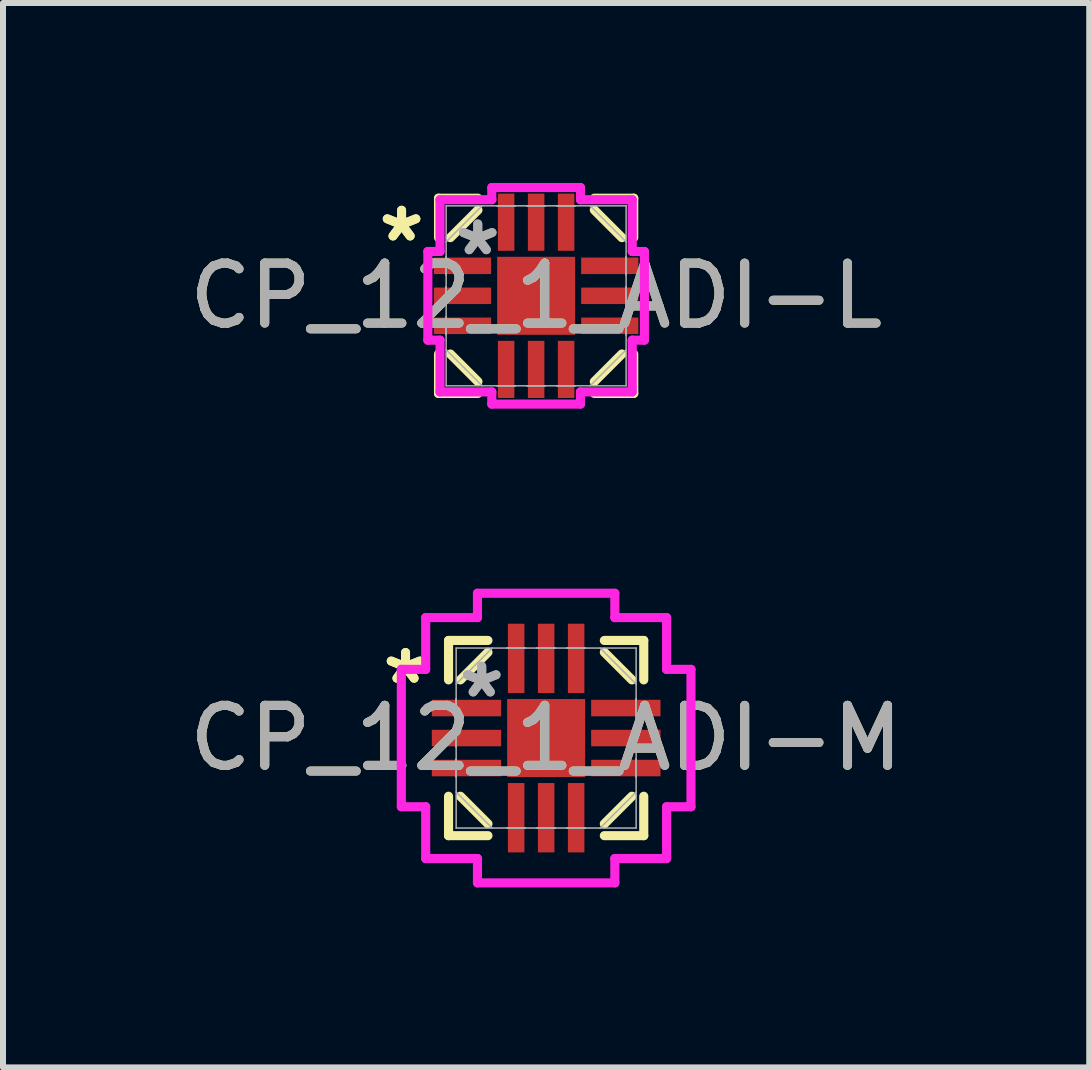
<source format=kicad_pcb>
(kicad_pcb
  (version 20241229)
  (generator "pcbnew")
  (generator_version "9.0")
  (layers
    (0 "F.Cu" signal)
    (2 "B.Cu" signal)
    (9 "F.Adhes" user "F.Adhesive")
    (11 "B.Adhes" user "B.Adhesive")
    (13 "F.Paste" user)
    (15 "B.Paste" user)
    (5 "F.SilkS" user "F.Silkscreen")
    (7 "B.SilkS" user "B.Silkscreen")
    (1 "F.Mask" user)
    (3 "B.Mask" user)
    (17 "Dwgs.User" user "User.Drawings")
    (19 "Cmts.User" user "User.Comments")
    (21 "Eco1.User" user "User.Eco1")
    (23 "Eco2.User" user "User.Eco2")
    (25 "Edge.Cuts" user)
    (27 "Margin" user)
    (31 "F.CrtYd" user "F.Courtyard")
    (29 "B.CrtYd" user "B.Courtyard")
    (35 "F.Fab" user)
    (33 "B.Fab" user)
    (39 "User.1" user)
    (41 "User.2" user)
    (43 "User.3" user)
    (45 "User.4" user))
  (footprint "CP_12_1_ADI-L"
    (layer "F.Cu")
    (at 5.887 1.881)
    (property "Reference" "CP_12_1_ADI-L" (at 0 0 0) (unlocked yes) (layer "F.SilkS") (effects (font (size 1 1) (thickness 0.15))))
    (attr smd)
    (fp_line (start -1.627 -1.627) (end -1.627 -0.97) (stroke (width 0.152) (type solid)) (layer "F.SilkS"))
    (fp_line (start -1.627 0.97) (end -1.627 1.627) (stroke (width 0.152) (type solid)) (layer "F.SilkS"))
    (fp_line (start -1.627 1.627) (end -0.97 1.627) (stroke (width 0.152) (type solid)) (layer "F.SilkS"))
    (fp_line (start -1.43 -0.97) (end -0.97 -1.43) (stroke (width 0.152) (type solid)) (layer "F.SilkS"))
    (fp_line (start -0.97 -1.627) (end -1.627 -1.627) (stroke (width 0.152) (type solid)) (layer "F.SilkS"))
    (fp_line (start -0.97 1.43) (end -1.43 0.97) (stroke (width 0.152) (type solid)) (layer "F.SilkS"))
    (fp_line (start 0.97 -1.43) (end 1.43 -0.97) (stroke (width 0.152) (type solid)) (layer "F.SilkS"))
    (fp_line (start 0.97 1.43) (end 1.43 0.97) (stroke (width 0.152) (type solid)) (layer "F.SilkS"))
    (fp_line (start 0.97 1.627) (end 1.627 1.627) (stroke (width 0.152) (type solid)) (layer "F.SilkS"))
    (fp_line (start 1.627 -1.627) (end 0.97 -1.627) (stroke (width 0.152) (type solid)) (layer "F.SilkS"))
    (fp_line (start 1.627 -0.97) (end 1.627 -1.627) (stroke (width 0.152) (type solid)) (layer "F.SilkS"))
    (fp_line (start 1.627 1.627) (end 1.627 0.97) (stroke (width 0.152) (type solid)) (layer "F.SilkS"))
    (fp_line (start -1.805 -0.739) (end -1.602 -0.739) (stroke (width 0.152) (type solid)) (layer "F.CrtYd"))
    (fp_line (start -1.805 0.739) (end -1.805 -0.739) (stroke (width 0.152) (type solid)) (layer "F.CrtYd"))
    (fp_line (start -1.602 -1.602) (end -0.739 -1.602) (stroke (width 0.152) (type solid)) (layer "F.CrtYd"))
    (fp_line (start -1.602 -0.739) (end -1.602 -1.602) (stroke (width 0.152) (type solid)) (layer "F.CrtYd"))
    (fp_line (start -1.602 0.739) (end -1.805 0.739) (stroke (width 0.152) (type solid)) (layer "F.CrtYd"))
    (fp_line (start -1.602 1.602) (end -1.602 0.739) (stroke (width 0.152) (type solid)) (layer "F.CrtYd"))
    (fp_line (start -0.739 -1.805) (end 0.739 -1.805) (stroke (width 0.152) (type solid)) (layer "F.CrtYd"))
    (fp_line (start -0.739 -1.602) (end -0.739 -1.805) (stroke (width 0.152) (type solid)) (layer "F.CrtYd"))
    (fp_line (start -0.739 1.602) (end -1.602 1.602) (stroke (width 0.152) (type solid)) (layer "F.CrtYd"))
    (fp_line (start -0.739 1.805) (end -0.739 1.602) (stroke (width 0.152) (type solid)) (layer "F.CrtYd"))
    (fp_line (start 0.739 -1.805) (end 0.739 -1.602) (stroke (width 0.152) (type solid)) (layer "F.CrtYd"))
    (fp_line (start 0.739 -1.602) (end 1.602 -1.602) (stroke (width 0.152) (type solid)) (layer "F.CrtYd"))
    (fp_line (start 0.739 1.602) (end 0.739 1.805) (stroke (width 0.152) (type solid)) (layer "F.CrtYd"))
    (fp_line (start 0.739 1.805) (end -0.739 1.805) (stroke (width 0.152) (type solid)) (layer "F.CrtYd"))
    (fp_line (start 1.602 -1.602) (end 1.602 -0.739) (stroke (width 0.152) (type solid)) (layer "F.CrtYd"))
    (fp_line (start 1.602 -0.739) (end 1.805 -0.739) (stroke (width 0.152) (type solid)) (layer "F.CrtYd"))
    (fp_line (start 1.602 0.739) (end 1.602 1.602) (stroke (width 0.152) (type solid)) (layer "F.CrtYd"))
    (fp_line (start 1.602 1.602) (end 0.739 1.602) (stroke (width 0.152) (type solid)) (layer "F.CrtYd"))
    (fp_line (start 1.805 -0.739) (end 1.805 0.739) (stroke (width 0.152) (type solid)) (layer "F.CrtYd"))
    (fp_line (start 1.805 0.739) (end 1.602 0.739) (stroke (width 0.152) (type solid)) (layer "F.CrtYd"))
    (fp_line (start -1.5 -1.5) (end -1.5 1.5) (stroke (width 0.025) (type solid)) (layer "F.Fab"))
    (fp_line (start -1.5 -0.9) (end -0.9 -1.5) (stroke (width 0.025) (type solid)) (layer "F.Fab"))
    (fp_line (start -1.5 -0.65) (end -1.5 -0.65) (stroke (width 0.025) (type solid)) (layer "F.Fab"))
    (fp_line (start -1.5 -0.65) (end -1.5 -0.35) (stroke (width 0.025) (type solid)) (layer "F.Fab"))
    (fp_line (start -1.5 -0.35) (end -1.5 -0.65) (stroke (width 0.025) (type solid)) (layer "F.Fab"))
    (fp_line (start -1.5 -0.35) (end -1.5 -0.35) (stroke (width 0.025) (type solid)) (layer "F.Fab"))
    (fp_line (start -1.5 -0.15) (end -1.5 -0.15) (stroke (width 0.025) (type solid)) (layer "F.Fab"))
    (fp_line (start -1.5 -0.15) (end -1.5 0.15) (stroke (width 0.025) (type solid)) (layer "F.Fab"))
    (fp_line (start -1.5 0.15) (end -1.5 -0.15) (stroke (width 0.025) (type solid)) (layer "F.Fab"))
    (fp_line (start -1.5 0.15) (end -1.5 0.15) (stroke (width 0.025) (type solid)) (layer "F.Fab"))
    (fp_line (start -1.5 0.35) (end -1.5 0.35) (stroke (width 0.025) (type solid)) (layer "F.Fab"))
    (fp_line (start -1.5 0.35) (end -1.5 0.65) (stroke (width 0.025) (type solid)) (layer "F.Fab"))
    (fp_line (start -1.5 0.65) (end -1.5 0.35) (stroke (width 0.025) (type solid)) (layer "F.Fab"))
    (fp_line (start -1.5 0.65) (end -1.5 0.65) (stroke (width 0.025) (type solid)) (layer "F.Fab"))
    (fp_line (start -1.5 1.5) (end 1.5 1.5) (stroke (width 0.025) (type solid)) (layer "F.Fab"))
    (fp_line (start -0.9 1.5) (end -1.5 0.9) (stroke (width 0.025) (type solid)) (layer "F.Fab"))
    (fp_line (start -0.65 -1.5) (end -0.65 -1.5) (stroke (width 0.025) (type solid)) (layer "F.Fab"))
    (fp_line (start -0.65 -1.5) (end -0.35 -1.5) (stroke (width 0.025) (type solid)) (layer "F.Fab"))
    (fp_line (start -0.65 1.5) (end -0.65 1.5) (stroke (width 0.025) (type solid)) (layer "F.Fab"))
    (fp_line (start -0.65 1.5) (end -0.35 1.5) (stroke (width 0.025) (type solid)) (layer "F.Fab"))
    (fp_line (start -0.35 -1.5) (end -0.65 -1.5) (stroke (width 0.025) (type solid)) (layer "F.Fab"))
    (fp_line (start -0.35 -1.5) (end -0.35 -1.5) (stroke (width 0.025) (type solid)) (layer "F.Fab"))
    (fp_line (start -0.35 1.5) (end -0.65 1.5) (stroke (width 0.025) (type solid)) (layer "F.Fab"))
    (fp_line (start -0.35 1.5) (end -0.35 1.5) (stroke (width 0.025) (type solid)) (layer "F.Fab"))
    (fp_line (start -0.15 -1.5) (end -0.15 -1.5) (stroke (width 0.025) (type solid)) (layer "F.Fab"))
    (fp_line (start -0.15 -1.5) (end 0.15 -1.5) (stroke (width 0.025) (type solid)) (layer "F.Fab"))
    (fp_line (start -0.15 1.5) (end -0.15 1.5) (stroke (width 0.025) (type solid)) (layer "F.Fab"))
    (fp_line (start -0.15 1.5) (end 0.15 1.5) (stroke (width 0.025) (type solid)) (layer "F.Fab"))
    (fp_line (start 0.15 -1.5) (end -0.15 -1.5) (stroke (width 0.025) (type solid)) (layer "F.Fab"))
    (fp_line (start 0.15 -1.5) (end 0.15 -1.5) (stroke (width 0.025) (type solid)) (layer "F.Fab"))
    (fp_line (start 0.15 1.5) (end -0.15 1.5) (stroke (width 0.025) (type solid)) (layer "F.Fab"))
    (fp_line (start 0.15 1.5) (end 0.15 1.5) (stroke (width 0.025) (type solid)) (layer "F.Fab"))
    (fp_line (start 0.35 -1.5) (end 0.35 -1.5) (stroke (width 0.025) (type solid)) (layer "F.Fab"))
    (fp_line (start 0.35 -1.5) (end 0.65 -1.5) (stroke (width 0.025) (type solid)) (layer "F.Fab"))
    (fp_line (start 0.35 1.5) (end 0.35 1.5) (stroke (width 0.025) (type solid)) (layer "F.Fab"))
    (fp_line (start 0.35 1.5) (end 0.65 1.5) (stroke (width 0.025) (type solid)) (layer "F.Fab"))
    (fp_line (start 0.65 -1.5) (end 0.35 -1.5) (stroke (width 0.025) (type solid)) (layer "F.Fab"))
    (fp_line (start 0.65 -1.5) (end 0.65 -1.5) (stroke (width 0.025) (type solid)) (layer "F.Fab"))
    (fp_line (start 0.65 1.5) (end 0.35 1.5) (stroke (width 0.025) (type solid)) (layer "F.Fab"))
    (fp_line (start 0.65 1.5) (end 0.65 1.5) (stroke (width 0.025) (type solid)) (layer "F.Fab"))
    (fp_line (start 0.9 -1.5) (end 1.5 -0.9) (stroke (width 0.025) (type solid)) (layer "F.Fab"))
    (fp_line (start 0.9 1.5) (end 1.5 0.9) (stroke (width 0.025) (type solid)) (layer "F.Fab"))
    (fp_line (start 1.5 -1.5) (end -1.5 -1.5) (stroke (width 0.025) (type solid)) (layer "F.Fab"))
    (fp_line (start 1.5 -0.65) (end 1.5 -0.65) (stroke (width 0.025) (type solid)) (layer "F.Fab"))
    (fp_line (start 1.5 -0.65) (end 1.5 -0.35) (stroke (width 0.025) (type solid)) (layer "F.Fab"))
    (fp_line (start 1.5 -0.35) (end 1.5 -0.65) (stroke (width 0.025) (type solid)) (layer "F.Fab"))
    (fp_line (start 1.5 -0.35) (end 1.5 -0.35) (stroke (width 0.025) (type solid)) (layer "F.Fab"))
    (fp_line (start 1.5 -0.15) (end 1.5 -0.15) (stroke (width 0.025) (type solid)) (layer "F.Fab"))
    (fp_line (start 1.5 -0.15) (end 1.5 0.15) (stroke (width 0.025) (type solid)) (layer "F.Fab"))
    (fp_line (start 1.5 0.15) (end 1.5 -0.15) (stroke (width 0.025) (type solid)) (layer "F.Fab"))
    (fp_line (start 1.5 0.15) (end 1.5 0.15) (stroke (width 0.025) (type solid)) (layer "F.Fab"))
    (fp_line (start 1.5 0.35) (end 1.5 0.35) (stroke (width 0.025) (type solid)) (layer "F.Fab"))
    (fp_line (start 1.5 0.35) (end 1.5 0.65) (stroke (width 0.025) (type solid)) (layer "F.Fab"))
    (fp_line (start 1.5 0.65) (end 1.5 0.35) (stroke (width 0.025) (type solid)) (layer "F.Fab"))
    (fp_line (start 1.5 0.65) (end 1.5 0.65) (stroke (width 0.025) (type solid)) (layer "F.Fab"))
    (fp_line (start 1.5 1.5) (end 1.5 -1.5) (stroke (width 0.025) (type solid)) (layer "F.Fab"))
    (fp_text user "*" (at -2.243 -0.881 0) (unlocked yes) (layer "F.SilkS") (effects (font (size 1 1) (thickness 0.15))))
    (fp_text user "*" (at -2.243 -0.881 0) (layer "F.SilkS") (effects (font (size 1 1) (thickness 0.15))))
    (fp_text user "*" (at -0.973 -0.652 0) (layer "F.Fab") (effects (font (size 1 1) (thickness 0.15))))
    (fp_text user "*" (at -0.973 -0.652 0) (unlocked yes) (layer "F.Fab") (effects (font (size 1 1) (thickness 0.15))))
    (fp_text user "${REFERENCE}" (at 0 0 0) (unlocked yes) (layer "F.Fab") (effects (font (size 1 1) (thickness 0.15))))
    (pad "1" smd rect (at 0.5 -1.227) (size 0.275 0.953) (layers "F.Cu" "F.Mask" "F.Paste"))
    (pad "2" smd rect (at 0 -1.227) (size 0.275 0.953) (layers "F.Cu" "F.Mask" "F.Paste"))
    (pad "3" smd rect (at -0.5 -1.227) (size 0.275 0.953) (layers "F.Cu" "F.Mask" "F.Paste"))
    (pad "4" smd rect (at -1.227 -0.5 90) (size 0.275 0.953) (layers "F.Cu" "F.Mask" "F.Paste"))
    (pad "5" smd rect (at -1.227 0 90) (size 0.275 0.953) (layers "F.Cu" "F.Mask" "F.Paste"))
    (pad "6" smd rect (at -1.227 0.5 90) (size 0.275 0.953) (layers "F.Cu" "F.Mask" "F.Paste"))
    (pad "7" smd rect (at -0.5 1.227) (size 0.275 0.953) (layers "F.Cu" "F.Mask" "F.Paste"))
    (pad "8" smd rect (at 0 1.227) (size 0.275 0.953) (layers "F.Cu" "F.Mask" "F.Paste"))
    (pad "9" smd rect (at 0.5 1.227) (size 0.275 0.953) (layers "F.Cu" "F.Mask" "F.Paste"))
    (pad "10" smd rect (at 1.227 0.5 90) (size 0.275 0.953) (layers "F.Cu" "F.Mask" "F.Paste"))
    (pad "11" smd rect (at 1.227 0 90) (size 0.275 0.953) (layers "F.Cu" "F.Mask" "F.Paste"))
    (pad "12" smd rect (at 1.227 -0.5 90) (size 0.275 0.953) (layers "F.Cu" "F.Mask" "F.Paste"))
    (pad "HTAB" smd rect (at 0 0) (size 1.3 1.3) (layers "F.Cu" "F.Mask" "F.Paste")))
  (footprint "CP_12_1_ADI-M"
    (layer "F.Cu")
    (at 6.054 9.253)
    (property "Reference" "CP_12_1_ADI-M" (at 0 0 0) (unlocked yes) (layer "F.SilkS") (effects (font (size 1 1) (thickness 0.15))))
    (attr smd)
    (fp_line (start -1.627 -1.627) (end -1.627 -0.97) (stroke (width 0.152) (type solid)) (layer "F.SilkS"))
    (fp_line (start -1.627 0.97) (end -1.627 1.627) (stroke (width 0.152) (type solid)) (layer "F.SilkS"))
    (fp_line (start -1.627 1.627) (end -0.97 1.627) (stroke (width 0.152) (type solid)) (layer "F.SilkS"))
    (fp_line (start -1.43 -0.97) (end -0.97 -1.43) (stroke (width 0.152) (type solid)) (layer "F.SilkS"))
    (fp_line (start -0.97 -1.627) (end -1.627 -1.627) (stroke (width 0.152) (type solid)) (layer "F.SilkS"))
    (fp_line (start -0.97 1.43) (end -1.43 0.97) (stroke (width 0.152) (type solid)) (layer "F.SilkS"))
    (fp_line (start 0.97 -1.43) (end 1.43 -0.97) (stroke (width 0.152) (type solid)) (layer "F.SilkS"))
    (fp_line (start 0.97 1.43) (end 1.43 0.97) (stroke (width 0.152) (type solid)) (layer "F.SilkS"))
    (fp_line (start 0.97 1.627) (end 1.627 1.627) (stroke (width 0.152) (type solid)) (layer "F.SilkS"))
    (fp_line (start 1.627 -1.627) (end 0.97 -1.627) (stroke (width 0.152) (type solid)) (layer "F.SilkS"))
    (fp_line (start 1.627 -0.97) (end 1.627 -1.627) (stroke (width 0.152) (type solid)) (layer "F.SilkS"))
    (fp_line (start 1.627 1.627) (end 1.627 0.97) (stroke (width 0.152) (type solid)) (layer "F.SilkS"))
    (fp_line (start -2.414 -1.145) (end -2.008 -1.145) (stroke (width 0.152) (type solid)) (layer "F.CrtYd"))
    (fp_line (start -2.414 1.145) (end -2.414 -1.145) (stroke (width 0.152) (type solid)) (layer "F.CrtYd"))
    (fp_line (start -2.008 -2.008) (end -1.145 -2.008) (stroke (width 0.152) (type solid)) (layer "F.CrtYd"))
    (fp_line (start -2.008 -1.145) (end -2.008 -2.008) (stroke (width 0.152) (type solid)) (layer "F.CrtYd"))
    (fp_line (start -2.008 1.145) (end -2.414 1.145) (stroke (width 0.152) (type solid)) (layer "F.CrtYd"))
    (fp_line (start -2.008 2.008) (end -2.008 1.145) (stroke (width 0.152) (type solid)) (layer "F.CrtYd"))
    (fp_line (start -1.145 -2.414) (end 1.145 -2.414) (stroke (width 0.152) (type solid)) (layer "F.CrtYd"))
    (fp_line (start -1.145 -2.008) (end -1.145 -2.414) (stroke (width 0.152) (type solid)) (layer "F.CrtYd"))
    (fp_line (start -1.145 2.008) (end -2.008 2.008) (stroke (width 0.152) (type solid)) (layer "F.CrtYd"))
    (fp_line (start -1.145 2.414) (end -1.145 2.008) (stroke (width 0.152) (type solid)) (layer "F.CrtYd"))
    (fp_line (start 1.145 -2.414) (end 1.145 -2.008) (stroke (width 0.152) (type solid)) (layer "F.CrtYd"))
    (fp_line (start 1.145 -2.008) (end 2.008 -2.008) (stroke (width 0.152) (type solid)) (layer "F.CrtYd"))
    (fp_line (start 1.145 2.008) (end 1.145 2.414) (stroke (width 0.152) (type solid)) (layer "F.CrtYd"))
    (fp_line (start 1.145 2.414) (end -1.145 2.414) (stroke (width 0.152) (type solid)) (layer "F.CrtYd"))
    (fp_line (start 2.008 -2.008) (end 2.008 -1.145) (stroke (width 0.152) (type solid)) (layer "F.CrtYd"))
    (fp_line (start 2.008 -1.145) (end 2.414 -1.145) (stroke (width 0.152) (type solid)) (layer "F.CrtYd"))
    (fp_line (start 2.008 1.145) (end 2.008 2.008) (stroke (width 0.152) (type solid)) (layer "F.CrtYd"))
    (fp_line (start 2.008 2.008) (end 1.145 2.008) (stroke (width 0.152) (type solid)) (layer "F.CrtYd"))
    (fp_line (start 2.414 -1.145) (end 2.414 1.145) (stroke (width 0.152) (type solid)) (layer "F.CrtYd"))
    (fp_line (start 2.414 1.145) (end 2.008 1.145) (stroke (width 0.152) (type solid)) (layer "F.CrtYd"))
    (fp_line (start -1.5 -1.5) (end -1.5 1.5) (stroke (width 0.025) (type solid)) (layer "F.Fab"))
    (fp_line (start -1.5 -0.9) (end -0.9 -1.5) (stroke (width 0.025) (type solid)) (layer "F.Fab"))
    (fp_line (start -1.5 -0.65) (end -1.5 -0.65) (stroke (width 0.025) (type solid)) (layer "F.Fab"))
    (fp_line (start -1.5 -0.65) (end -1.5 -0.35) (stroke (width 0.025) (type solid)) (layer "F.Fab"))
    (fp_line (start -1.5 -0.35) (end -1.5 -0.65) (stroke (width 0.025) (type solid)) (layer "F.Fab"))
    (fp_line (start -1.5 -0.35) (end -1.5 -0.35) (stroke (width 0.025) (type solid)) (layer "F.Fab"))
    (fp_line (start -1.5 -0.15) (end -1.5 -0.15) (stroke (width 0.025) (type solid)) (layer "F.Fab"))
    (fp_line (start -1.5 -0.15) (end -1.5 0.15) (stroke (width 0.025) (type solid)) (layer "F.Fab"))
    (fp_line (start -1.5 0.15) (end -1.5 -0.15) (stroke (width 0.025) (type solid)) (layer "F.Fab"))
    (fp_line (start -1.5 0.15) (end -1.5 0.15) (stroke (width 0.025) (type solid)) (layer "F.Fab"))
    (fp_line (start -1.5 0.35) (end -1.5 0.35) (stroke (width 0.025) (type solid)) (layer "F.Fab"))
    (fp_line (start -1.5 0.35) (end -1.5 0.65) (stroke (width 0.025) (type solid)) (layer "F.Fab"))
    (fp_line (start -1.5 0.65) (end -1.5 0.35) (stroke (width 0.025) (type solid)) (layer "F.Fab"))
    (fp_line (start -1.5 0.65) (end -1.5 0.65) (stroke (width 0.025) (type solid)) (layer "F.Fab"))
    (fp_line (start -1.5 1.5) (end 1.5 1.5) (stroke (width 0.025) (type solid)) (layer "F.Fab"))
    (fp_line (start -0.9 1.5) (end -1.5 0.9) (stroke (width 0.025) (type solid)) (layer "F.Fab"))
    (fp_line (start -0.65 -1.5) (end -0.65 -1.5) (stroke (width 0.025) (type solid)) (layer "F.Fab"))
    (fp_line (start -0.65 -1.5) (end -0.35 -1.5) (stroke (width 0.025) (type solid)) (layer "F.Fab"))
    (fp_line (start -0.65 1.5) (end -0.65 1.5) (stroke (width 0.025) (type solid)) (layer "F.Fab"))
    (fp_line (start -0.65 1.5) (end -0.35 1.5) (stroke (width 0.025) (type solid)) (layer "F.Fab"))
    (fp_line (start -0.35 -1.5) (end -0.65 -1.5) (stroke (width 0.025) (type solid)) (layer "F.Fab"))
    (fp_line (start -0.35 -1.5) (end -0.35 -1.5) (stroke (width 0.025) (type solid)) (layer "F.Fab"))
    (fp_line (start -0.35 1.5) (end -0.65 1.5) (stroke (width 0.025) (type solid)) (layer "F.Fab"))
    (fp_line (start -0.35 1.5) (end -0.35 1.5) (stroke (width 0.025) (type solid)) (layer "F.Fab"))
    (fp_line (start -0.15 -1.5) (end -0.15 -1.5) (stroke (width 0.025) (type solid)) (layer "F.Fab"))
    (fp_line (start -0.15 -1.5) (end 0.15 -1.5) (stroke (width 0.025) (type solid)) (layer "F.Fab"))
    (fp_line (start -0.15 1.5) (end -0.15 1.5) (stroke (width 0.025) (type solid)) (layer "F.Fab"))
    (fp_line (start -0.15 1.5) (end 0.15 1.5) (stroke (width 0.025) (type solid)) (layer "F.Fab"))
    (fp_line (start 0.15 -1.5) (end -0.15 -1.5) (stroke (width 0.025) (type solid)) (layer "F.Fab"))
    (fp_line (start 0.15 -1.5) (end 0.15 -1.5) (stroke (width 0.025) (type solid)) (layer "F.Fab"))
    (fp_line (start 0.15 1.5) (end -0.15 1.5) (stroke (width 0.025) (type solid)) (layer "F.Fab"))
    (fp_line (start 0.15 1.5) (end 0.15 1.5) (stroke (width 0.025) (type solid)) (layer "F.Fab"))
    (fp_line (start 0.35 -1.5) (end 0.35 -1.5) (stroke (width 0.025) (type solid)) (layer "F.Fab"))
    (fp_line (start 0.35 -1.5) (end 0.65 -1.5) (stroke (width 0.025) (type solid)) (layer "F.Fab"))
    (fp_line (start 0.35 1.5) (end 0.35 1.5) (stroke (width 0.025) (type solid)) (layer "F.Fab"))
    (fp_line (start 0.35 1.5) (end 0.65 1.5) (stroke (width 0.025) (type solid)) (layer "F.Fab"))
    (fp_line (start 0.65 -1.5) (end 0.35 -1.5) (stroke (width 0.025) (type solid)) (layer "F.Fab"))
    (fp_line (start 0.65 -1.5) (end 0.65 -1.5) (stroke (width 0.025) (type solid)) (layer "F.Fab"))
    (fp_line (start 0.65 1.5) (end 0.35 1.5) (stroke (width 0.025) (type solid)) (layer "F.Fab"))
    (fp_line (start 0.65 1.5) (end 0.65 1.5) (stroke (width 0.025) (type solid)) (layer "F.Fab"))
    (fp_line (start 0.9 -1.5) (end 1.5 -0.9) (stroke (width 0.025) (type solid)) (layer "F.Fab"))
    (fp_line (start 0.9 1.5) (end 1.5 0.9) (stroke (width 0.025) (type solid)) (layer "F.Fab"))
    (fp_line (start 1.5 -1.5) (end -1.5 -1.5) (stroke (width 0.025) (type solid)) (layer "F.Fab"))
    (fp_line (start 1.5 -0.65) (end 1.5 -0.65) (stroke (width 0.025) (type solid)) (layer "F.Fab"))
    (fp_line (start 1.5 -0.65) (end 1.5 -0.35) (stroke (width 0.025) (type solid)) (layer "F.Fab"))
    (fp_line (start 1.5 -0.35) (end 1.5 -0.65) (stroke (width 0.025) (type solid)) (layer "F.Fab"))
    (fp_line (start 1.5 -0.35) (end 1.5 -0.35) (stroke (width 0.025) (type solid)) (layer "F.Fab"))
    (fp_line (start 1.5 -0.15) (end 1.5 -0.15) (stroke (width 0.025) (type solid)) (layer "F.Fab"))
    (fp_line (start 1.5 -0.15) (end 1.5 0.15) (stroke (width 0.025) (type solid)) (layer "F.Fab"))
    (fp_line (start 1.5 0.15) (end 1.5 -0.15) (stroke (width 0.025) (type solid)) (layer "F.Fab"))
    (fp_line (start 1.5 0.15) (end 1.5 0.15) (stroke (width 0.025) (type solid)) (layer "F.Fab"))
    (fp_line (start 1.5 0.35) (end 1.5 0.35) (stroke (width 0.025) (type solid)) (layer "F.Fab"))
    (fp_line (start 1.5 0.35) (end 1.5 0.65) (stroke (width 0.025) (type solid)) (layer "F.Fab"))
    (fp_line (start 1.5 0.65) (end 1.5 0.35) (stroke (width 0.025) (type solid)) (layer "F.Fab"))
    (fp_line (start 1.5 0.65) (end 1.5 0.65) (stroke (width 0.025) (type solid)) (layer "F.Fab"))
    (fp_line (start 1.5 1.5) (end 1.5 -1.5) (stroke (width 0.025) (type solid)) (layer "F.Fab"))
    (fp_text user "*" (at -2.344 -0.881 0) (layer "F.SilkS") (effects (font (size 1 1) (thickness 0.15))))
    (fp_text user "*" (at -2.344 -0.881 0) (unlocked yes) (layer "F.SilkS") (effects (font (size 1 1) (thickness 0.15))))
    (fp_text user "${REFERENCE}" (at 0 0 0) (unlocked yes) (layer "F.Fab") (effects (font (size 1 1) (thickness 0.15))))
    (fp_text user "*" (at -1.074 -0.652 0) (layer "F.Fab") (effects (font (size 1 1) (thickness 0.15))))
    (fp_text user "*" (at -1.074 -0.652 0) (unlocked yes) (layer "F.Fab") (effects (font (size 1 1) (thickness 0.15))))
    (pad "1" smd rect (at 0.5 -1.328) (size 0.275 1.156) (layers "F.Cu" "F.Mask" "F.Paste"))
    (pad "2" smd rect (at 0 -1.328) (size 0.275 1.156) (layers "F.Cu" "F.Mask" "F.Paste"))
    (pad "3" smd rect (at -0.5 -1.328) (size 0.275 1.156) (layers "F.Cu" "F.Mask" "F.Paste"))
    (pad "4" smd rect (at -1.328 -0.5 90) (size 0.275 1.156) (layers "F.Cu" "F.Mask" "F.Paste"))
    (pad "5" smd rect (at -1.328 0 90) (size 0.275 1.156) (layers "F.Cu" "F.Mask" "F.Paste"))
    (pad "6" smd rect (at -1.328 0.5 90) (size 0.275 1.156) (layers "F.Cu" "F.Mask" "F.Paste"))
    (pad "7" smd rect (at -0.5 1.328) (size 0.275 1.156) (layers "F.Cu" "F.Mask" "F.Paste"))
    (pad "8" smd rect (at 0 1.328) (size 0.275 1.156) (layers "F.Cu" "F.Mask" "F.Paste"))
    (pad "9" smd rect (at 0.5 1.328) (size 0.275 1.156) (layers "F.Cu" "F.Mask" "F.Paste"))
    (pad "10" smd rect (at 1.328 0.5 90) (size 0.275 1.156) (layers "F.Cu" "F.Mask" "F.Paste"))
    (pad "11" smd rect (at 1.328 0 90) (size 0.275 1.156) (layers "F.Cu" "F.Mask" "F.Paste"))
    (pad "12" smd rect (at 1.328 -0.5 90) (size 0.275 1.156) (layers "F.Cu" "F.Mask" "F.Paste"))
    (pad "HTAB" smd rect (at 0 0) (size 1.3 1.3) (layers "F.Cu" "F.Mask" "F.Paste")))
  (gr_rect
    (start -3 -3)
    (end 15.107 14.743)
    (stroke (width 0.1) (type default))
    (fill no)
    (layer "Edge.Cuts")))
</source>
